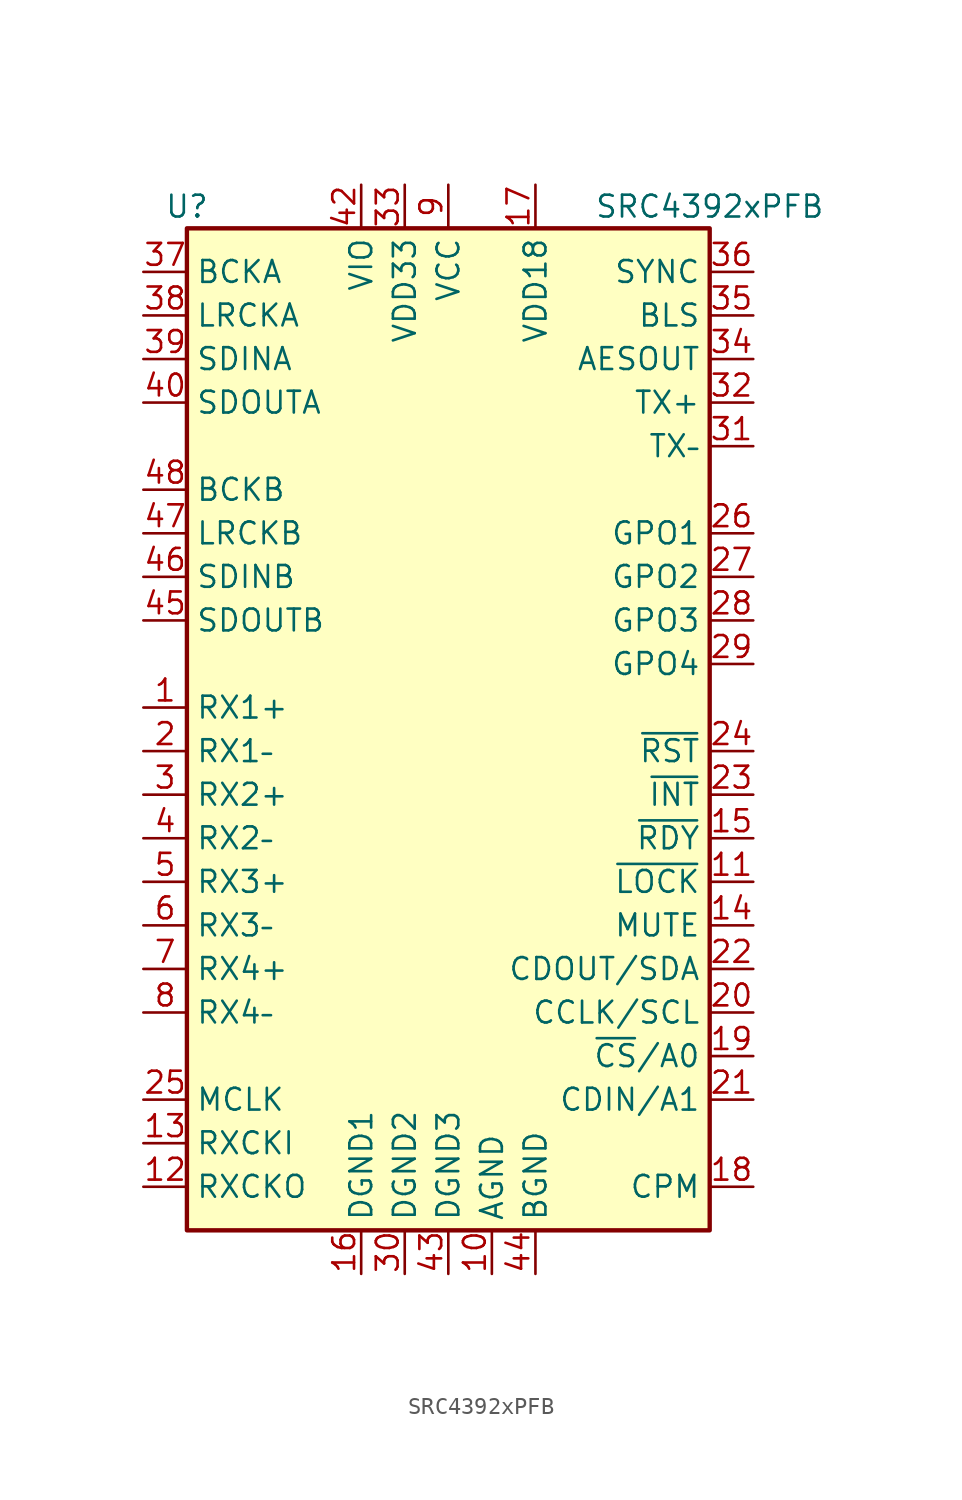
<source format=kicad_sym>
(kicad_symbol_lib
  (version 20200908)
  (generator kicad_symbol_editor)
  (symbol "Audio:SRC4392xPFB"
    (property "Reference" "U"
      (at -15.24 31.75 0)
      (effects (font (size 1.27 1.27))))
    (property "Value" "SRC4392xPFB"
      (at 15.24 31.75 0)
      (effects (font (size 1.27 1.27))))
    (symbol "SRC4392xPFB_0_1"
      (rectangle (start -15.24 30.48) (end 15.24 -27.94) (stroke (width 0.254)) (fill (type background))))
    (symbol "SRC4392xPFB_1_1"
      (pin input line (at -17.78 2.54 0) (length 2.54) (name "RX1+" (effects (font (size 1.27 1.27)))) (number "1" (effects (font (size 1.27 1.27)))))
      (pin power_in line (at 2.54 -30.48 90) (length 2.54) (name "AGND" (effects (font (size 1.27 1.27)))) (number "10" (effects (font (size 1.27 1.27)))))
      (pin output line (at 17.78 -7.62 180) (length 2.54) (name "~LOCK~" (effects (font (size 1.27 1.27)))) (number "11" (effects (font (size 1.27 1.27)))))
      (pin output line (at -17.78 -25.4 0) (length 2.54) (name "RXCKO" (effects (font (size 1.27 1.27)))) (number "12" (effects (font (size 1.27 1.27)))))
      (pin input line (at -17.78 -22.86 0) (length 2.54) (name "RXCKI" (effects (font (size 1.27 1.27)))) (number "13" (effects (font (size 1.27 1.27)))))
      (pin input line (at 17.78 -10.16 180) (length 2.54) (name "MUTE" (effects (font (size 1.27 1.27)))) (number "14" (effects (font (size 1.27 1.27)))))
      (pin output line (at 17.78 -5.08 180) (length 2.54) (name "~RDY~" (effects (font (size 1.27 1.27)))) (number "15" (effects (font (size 1.27 1.27)))))
      (pin power_in line (at -5.08 -30.48 90) (length 2.54) (name "DGND1" (effects (font (size 1.27 1.27)))) (number "16" (effects (font (size 1.27 1.27)))))
      (pin power_in line (at 5.08 33.02 270) (length 2.54) (name "VDD18" (effects (font (size 1.27 1.27)))) (number "17" (effects (font (size 1.27 1.27)))))
      (pin input line (at 17.78 -25.4 180) (length 2.54) (name "CPM" (effects (font (size 1.27 1.27)))) (number "18" (effects (font (size 1.27 1.27)))))
      (pin input line (at 17.78 -17.78 180) (length 2.54) (name "~CS~/A0" (effects (font (size 1.27 1.27)))) (number "19" (effects (font (size 1.27 1.27)))))
      (pin input line (at -17.78 0 0) (length 2.54) (name "RX1–" (effects (font (size 1.27 1.27)))) (number "2" (effects (font (size 1.27 1.27)))))
      (pin input line (at 17.78 -15.24 180) (length 2.54) (name "CCLK/SCL" (effects (font (size 1.27 1.27)))) (number "20" (effects (font (size 1.27 1.27)))))
      (pin input line (at 17.78 -20.32 180) (length 2.54) (name "CDIN/A1" (effects (font (size 1.27 1.27)))) (number "21" (effects (font (size 1.27 1.27)))))
      (pin bidirectional line (at 17.78 -12.7 180) (length 2.54) (name "CDOUT/SDA" (effects (font (size 1.27 1.27)))) (number "22" (effects (font (size 1.27 1.27)))))
      (pin open_collector line (at 17.78 -2.54 180) (length 2.54) (name "~INT~" (effects (font (size 1.27 1.27)))) (number "23" (effects (font (size 1.27 1.27)))))
      (pin input line (at 17.78 0 180) (length 2.54) (name "~RST~" (effects (font (size 1.27 1.27)))) (number "24" (effects (font (size 1.27 1.27)))))
      (pin input line (at -17.78 -20.32 0) (length 2.54) (name "MCLK" (effects (font (size 1.27 1.27)))) (number "25" (effects (font (size 1.27 1.27)))))
      (pin output line (at 17.78 12.7 180) (length 2.54) (name "GPO1" (effects (font (size 1.27 1.27)))) (number "26" (effects (font (size 1.27 1.27)))))
      (pin output line (at 17.78 10.16 180) (length 2.54) (name "GPO2" (effects (font (size 1.27 1.27)))) (number "27" (effects (font (size 1.27 1.27)))))
      (pin output line (at 17.78 7.62 180) (length 2.54) (name "GPO3" (effects (font (size 1.27 1.27)))) (number "28" (effects (font (size 1.27 1.27)))))
      (pin output line (at 17.78 5.08 180) (length 2.54) (name "GPO4" (effects (font (size 1.27 1.27)))) (number "29" (effects (font (size 1.27 1.27)))))
      (pin input line (at -17.78 -2.54 0) (length 2.54) (name "RX2+" (effects (font (size 1.27 1.27)))) (number "3" (effects (font (size 1.27 1.27)))))
      (pin power_in line (at -2.54 -30.48 90) (length 2.54) (name "DGND2" (effects (font (size 1.27 1.27)))) (number "30" (effects (font (size 1.27 1.27)))))
      (pin output line (at 17.78 17.78 180) (length 2.54) (name "TX–" (effects (font (size 1.27 1.27)))) (number "31" (effects (font (size 1.27 1.27)))))
      (pin output line (at 17.78 20.32 180) (length 2.54) (name "TX+" (effects (font (size 1.27 1.27)))) (number "32" (effects (font (size 1.27 1.27)))))
      (pin power_in line (at -2.54 33.02 270) (length 2.54) (name "VDD33" (effects (font (size 1.27 1.27)))) (number "33" (effects (font (size 1.27 1.27)))))
      (pin output line (at 17.78 22.86 180) (length 2.54) (name "AESOUT" (effects (font (size 1.27 1.27)))) (number "34" (effects (font (size 1.27 1.27)))))
      (pin bidirectional line (at 17.78 25.4 180) (length 2.54) (name "BLS" (effects (font (size 1.27 1.27)))) (number "35" (effects (font (size 1.27 1.27)))))
      (pin output line (at 17.78 27.94 180) (length 2.54) (name "SYNC" (effects (font (size 1.27 1.27)))) (number "36" (effects (font (size 1.27 1.27)))))
      (pin bidirectional line (at -17.78 27.94 0) (length 2.54) (name "BCKA" (effects (font (size 1.27 1.27)))) (number "37" (effects (font (size 1.27 1.27)))))
      (pin bidirectional line (at -17.78 25.4 0) (length 2.54) (name "LRCKA" (effects (font (size 1.27 1.27)))) (number "38" (effects (font (size 1.27 1.27)))))
      (pin input line (at -17.78 22.86 0) (length 2.54) (name "SDINA" (effects (font (size 1.27 1.27)))) (number "39" (effects (font (size 1.27 1.27)))))
      (pin input line (at -17.78 -5.08 0) (length 2.54) (name "RX2–" (effects (font (size 1.27 1.27)))) (number "4" (effects (font (size 1.27 1.27)))))
      (pin output line (at -17.78 20.32 0) (length 2.54) (name "SDOUTA" (effects (font (size 1.27 1.27)))) (number "40" (effects (font (size 1.27 1.27)))))
      (pin unconnected line (at 10.16 -27.94 90) (length 2.54) hide (name "NC" (effects (font (size 1.27 1.27)))) (number "41" (effects (font (size 1.27 1.27)))))
      (pin power_in line (at -5.08 33.02 270) (length 2.54) (name "VIO" (effects (font (size 1.27 1.27)))) (number "42" (effects (font (size 1.27 1.27)))))
      (pin power_in line (at 0 -30.48 90) (length 2.54) (name "DGND3" (effects (font (size 1.27 1.27)))) (number "43" (effects (font (size 1.27 1.27)))))
      (pin power_in line (at 5.08 -30.48 90) (length 2.54) (name "BGND" (effects (font (size 1.27 1.27)))) (number "44" (effects (font (size 1.27 1.27)))))
      (pin output line (at -17.78 7.62 0) (length 2.54) (name "SDOUTB" (effects (font (size 1.27 1.27)))) (number "45" (effects (font (size 1.27 1.27)))))
      (pin input line (at -17.78 10.16 0) (length 2.54) (name "SDINB" (effects (font (size 1.27 1.27)))) (number "46" (effects (font (size 1.27 1.27)))))
      (pin bidirectional line (at -17.78 12.7 0) (length 2.54) (name "LRCKB" (effects (font (size 1.27 1.27)))) (number "47" (effects (font (size 1.27 1.27)))))
      (pin bidirectional line (at -17.78 15.24 0) (length 2.54) (name "BCKB" (effects (font (size 1.27 1.27)))) (number "48" (effects (font (size 1.27 1.27)))))
      (pin input line (at -17.78 -7.62 0) (length 2.54) (name "RX3+" (effects (font (size 1.27 1.27)))) (number "5" (effects (font (size 1.27 1.27)))))
      (pin input line (at -17.78 -10.16 0) (length 2.54) (name "RX3–" (effects (font (size 1.27 1.27)))) (number "6" (effects (font (size 1.27 1.27)))))
      (pin input line (at -17.78 -12.7 0) (length 2.54) (name "RX4+" (effects (font (size 1.27 1.27)))) (number "7" (effects (font (size 1.27 1.27)))))
      (pin input line (at -17.78 -15.24 0) (length 2.54) (name "RX4–" (effects (font (size 1.27 1.27)))) (number "8" (effects (font (size 1.27 1.27)))))
      (pin power_in line (at 0 33.02 270) (length 2.54) (name "VCC" (effects (font (size 1.27 1.27)))) (number "9" (effects (font (size 1.27 1.27))))))))
</source>
